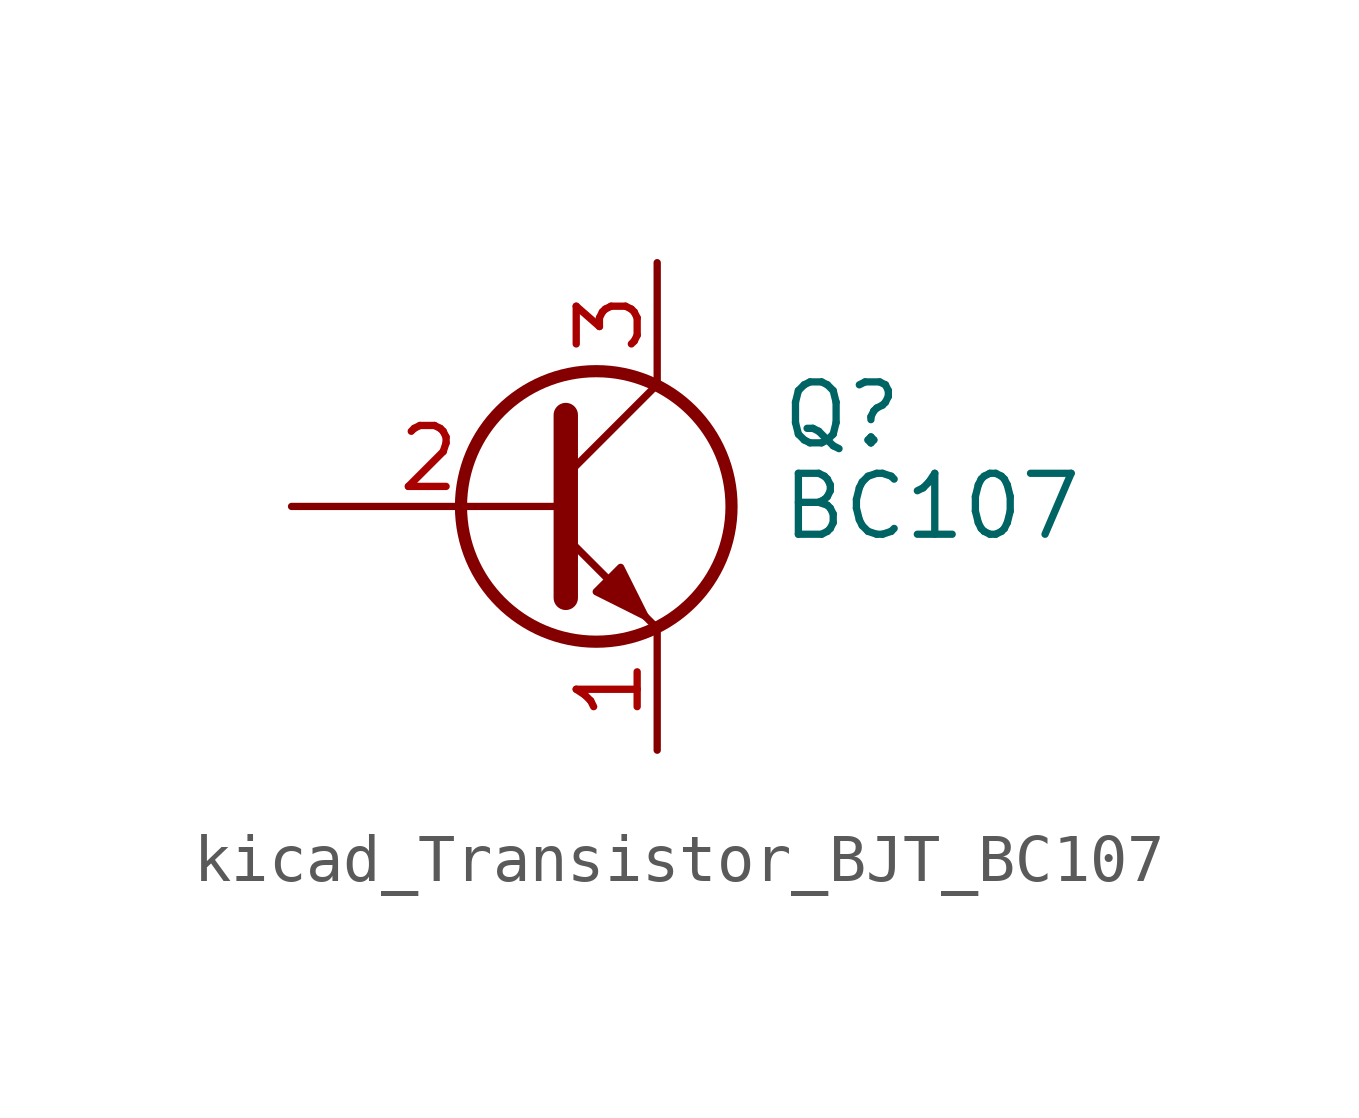
<source format=kicad_sym>
(kicad_symbol_lib
  (version 20220914)
  (generator kicad_symbol_editor)
  (symbol "kicad_Transistor_BJT_BC107"
    (pin_names
      (offset 0) hide)
    (property "Reference" "Q"
      (at 5.08 1.905 0)
      (effects (font (size 1.27 1.27)) (justify left)))
    (property "Value" "BC107"
      (at 5.08 0 0)
      (effects (font (size 1.27 1.27)) (justify left)))
    (symbol "kicad_Transistor_BJT_BC107_0_1"
      (polyline (pts (xy 0.635 0.635) (xy 2.54 2.54)) (stroke (width 0) (type default)) (fill (type none)))
      (polyline (pts (xy 0.635 -0.635) (xy 2.54 -2.54) (xy 2.54 -2.54)) (stroke (width 0) (type default)) (fill (type none)))
      (polyline (pts (xy 0.635 1.905) (xy 0.635 -1.905) (xy 0.635 -1.905)) (stroke (width 0.508) (type default)) (fill (type none)))
      (polyline (pts (xy 1.27 -1.778) (xy 1.778 -1.27) (xy 2.286 -2.286) (xy 1.27 -1.778) (xy 1.27 -1.778)) (stroke (width 0) (type default)) (fill (type outline)))
      (circle (center 1.27 0) (radius 2.819) (stroke (width 0.254) (type default)) (fill (type none))))
    (symbol "kicad_Transistor_BJT_BC107_1_1"
      (pin passive line (at 2.54 -5.08 90) (length 2.54) (name "E" (effects (font (size 1.27 1.27)))) (number "1" (effects (font (size 1.27 1.27)))))
      (pin input line (at -5.08 0 0) (length 5.715) (name "B" (effects (font (size 1.27 1.27)))) (number "2" (effects (font (size 1.27 1.27)))))
      (pin passive line (at 2.54 5.08 270) (length 2.54) (name "C" (effects (font (size 1.27 1.27)))) (number "3" (effects (font (size 1.27 1.27))))))))
</source>
